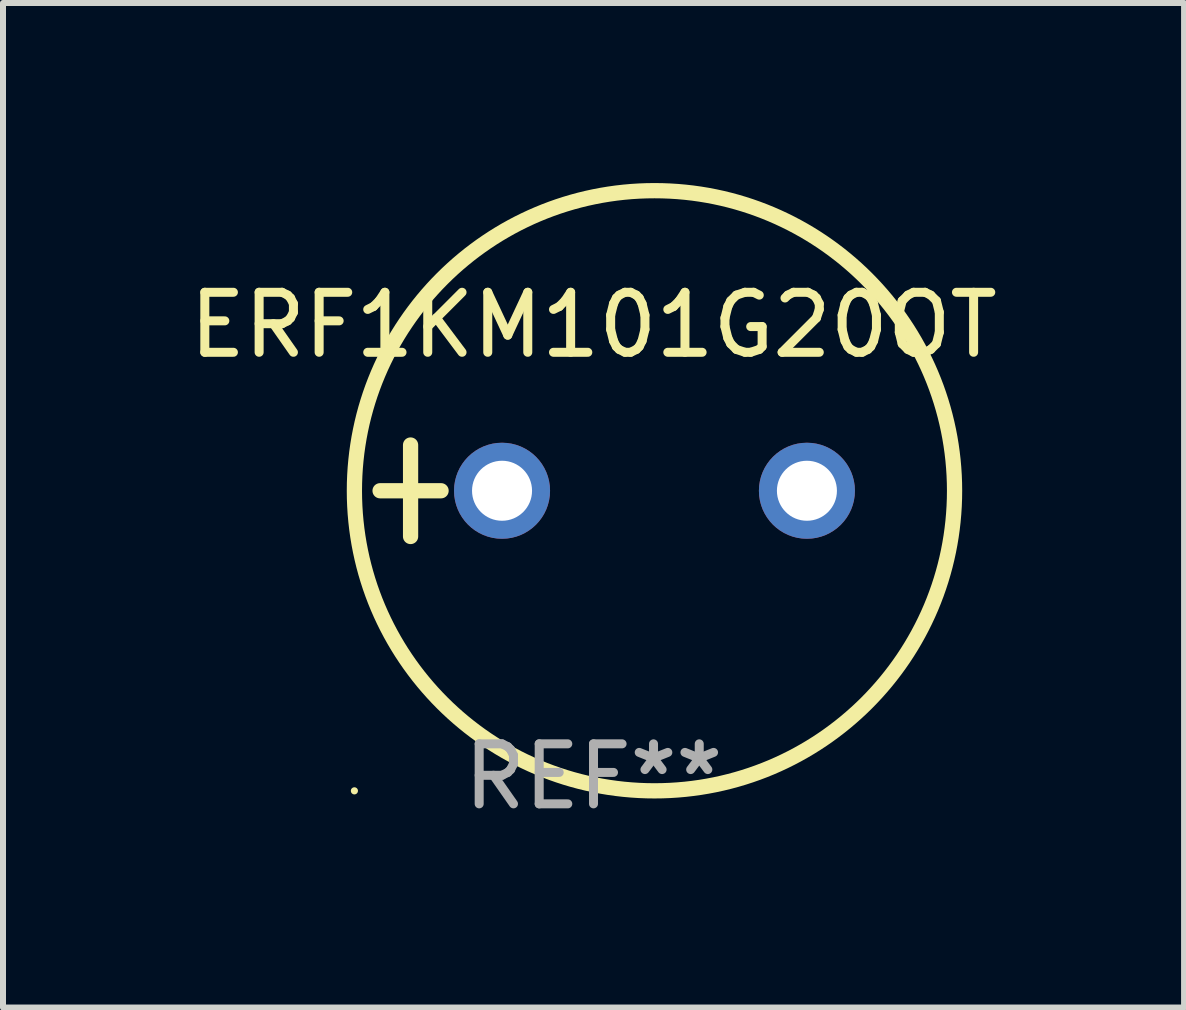
<source format=kicad_pcb>
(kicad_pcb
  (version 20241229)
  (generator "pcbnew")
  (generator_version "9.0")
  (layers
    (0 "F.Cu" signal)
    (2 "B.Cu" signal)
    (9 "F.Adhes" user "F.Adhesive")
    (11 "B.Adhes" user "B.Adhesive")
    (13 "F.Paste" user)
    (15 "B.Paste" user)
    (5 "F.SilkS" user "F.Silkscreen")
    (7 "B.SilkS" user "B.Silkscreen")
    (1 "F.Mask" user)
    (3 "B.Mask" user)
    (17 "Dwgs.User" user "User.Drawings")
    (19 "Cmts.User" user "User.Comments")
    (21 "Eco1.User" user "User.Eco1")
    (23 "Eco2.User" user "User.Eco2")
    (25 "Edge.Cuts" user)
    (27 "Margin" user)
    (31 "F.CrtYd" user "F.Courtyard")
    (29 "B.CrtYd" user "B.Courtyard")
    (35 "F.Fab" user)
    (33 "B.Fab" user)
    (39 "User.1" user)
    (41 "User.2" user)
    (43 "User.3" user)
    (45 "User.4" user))
  (footprint "ERF1KM101G20OT"
    (layer "F.Cu")
    (at 6.839 5.127)
    (property "Reference" "ERF1KM101G20OT" (at 0 -2.762 0) (layer "F.SilkS") (effects (font (size 1 1) (thickness 0.15))))
    (attr through_hole)
    (fp_line (start -3.556 0) (end -2.54 0) (stroke (width 0.254) (type solid)) (layer "F.SilkS"))
    (fp_line (start -3.048 -0.762) (end -3.048 0.762) (stroke (width 0.254) (type solid)) (layer "F.SilkS"))
    (fp_circle (center -3.984 5) (end -3.954 5) (stroke (width 0.06) (type solid)) (fill no) (layer "F.SilkS"))
    (fp_circle (center 1.016 0) (end 6.016 0) (stroke (width 0.254) (type solid)) (fill no) (layer "F.SilkS"))
    (fp_text user "REF**" (at 0 4.762 0) (layer "F.Fab") (effects (font (size 1 1) (thickness 0.15))))
    (pad "1" thru_hole circle (at -1.524 0) (size 1.6 1.6) (drill 1) (layers "*.Cu" "*.Mask"))
    (pad "2" thru_hole circle (at 3.556 0) (size 1.6 1.6) (drill 1) (layers "*.Cu" "*.Mask")))
  (gr_rect
    (start -3 -3)
    (end 16.679 13.737)
    (stroke (width 0.1) (type default))
    (fill no)
    (layer "Edge.Cuts")))
</source>
